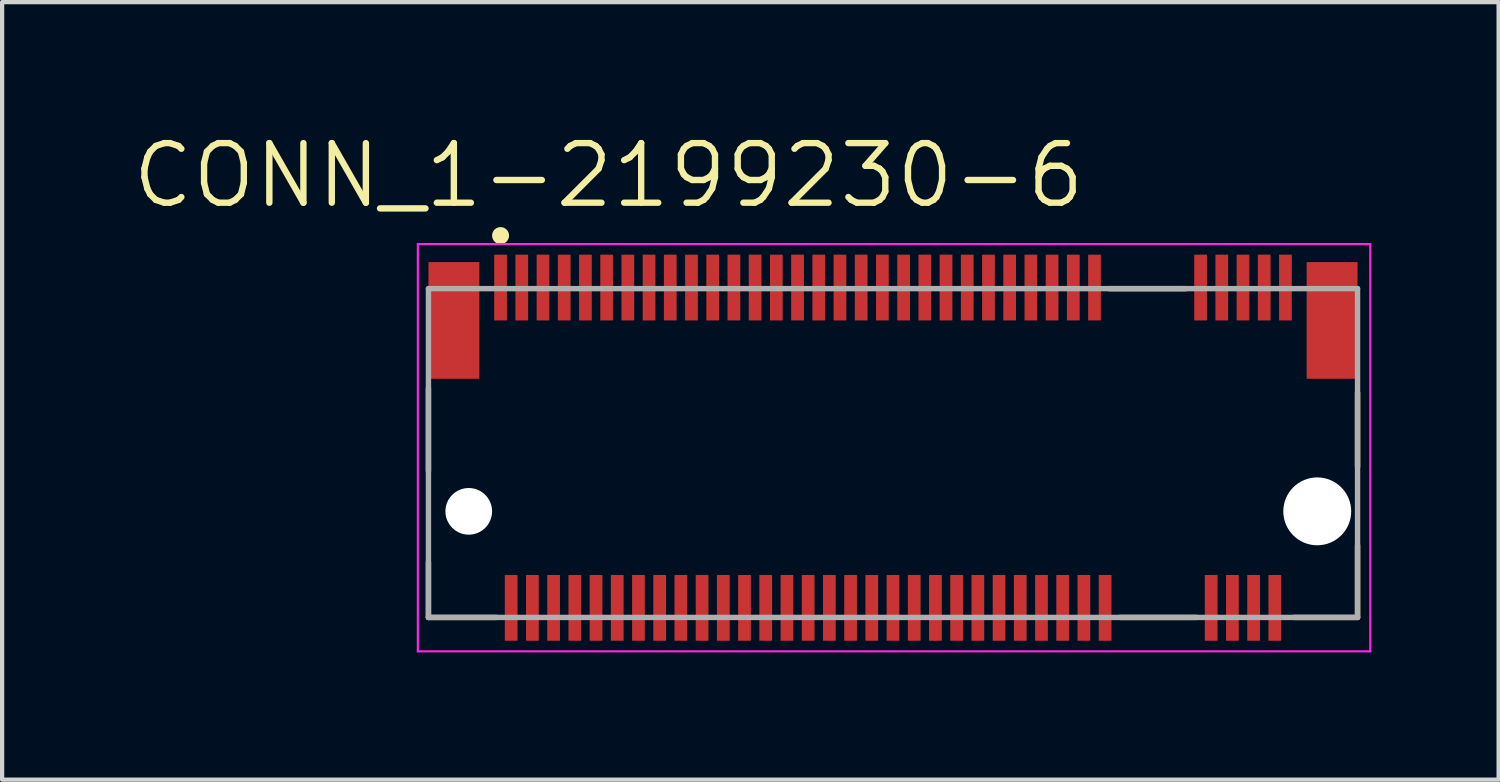
<source format=kicad_pcb>
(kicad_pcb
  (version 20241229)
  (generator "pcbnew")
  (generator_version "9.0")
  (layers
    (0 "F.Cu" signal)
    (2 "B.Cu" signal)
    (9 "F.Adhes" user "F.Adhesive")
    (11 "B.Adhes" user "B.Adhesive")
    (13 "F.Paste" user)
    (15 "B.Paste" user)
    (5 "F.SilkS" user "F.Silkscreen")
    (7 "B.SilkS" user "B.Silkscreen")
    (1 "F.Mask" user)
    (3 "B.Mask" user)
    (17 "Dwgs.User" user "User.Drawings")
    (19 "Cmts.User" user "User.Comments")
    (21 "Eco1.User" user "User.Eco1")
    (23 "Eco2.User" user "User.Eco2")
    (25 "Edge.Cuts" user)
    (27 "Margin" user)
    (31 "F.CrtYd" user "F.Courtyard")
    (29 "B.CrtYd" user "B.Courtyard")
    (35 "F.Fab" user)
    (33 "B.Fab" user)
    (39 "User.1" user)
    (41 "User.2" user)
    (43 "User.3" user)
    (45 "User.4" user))
  (footprint "CONN_1-2199230-6"
    (layer "F.Cu")
    (at 17.999 9.003)
    (property "Reference" "CONN_1-2199230-6" (at -6.705 -7.917 0) (layer "F.SilkS") (effects (font (size 1.405 1.405) (thickness 0.15))))
    (attr through_hole)
    (fp_line (start -10.95 -2.9) (end -10.95 -0.95) (stroke (width 0.127) (type solid)) (layer "F.SilkS"))
    (fp_line (start -10.95 1.2) (end -10.95 2.5) (stroke (width 0.127) (type solid)) (layer "F.SilkS"))
    (fp_line (start -10.95 2.5) (end -9.35 2.5) (stroke (width 0.127) (type solid)) (layer "F.SilkS"))
    (fp_line (start 5.1 -5.25) (end 6.9 -5.25) (stroke (width 0.127) (type solid)) (layer "F.SilkS"))
    (fp_line (start 5.35 2.5) (end 7.15 2.5) (stroke (width 0.127) (type solid)) (layer "F.SilkS"))
    (fp_line (start 9.45 2.5) (end 10.95 2.5) (stroke (width 0.127) (type solid)) (layer "F.SilkS"))
    (fp_line (start 10.95 -1.05) (end 10.95 -2.8) (stroke (width 0.127) (type solid)) (layer "F.SilkS"))
    (fp_line (start 10.95 2.5) (end 10.95 0.8) (stroke (width 0.127) (type solid)) (layer "F.SilkS"))
    (fp_circle (center -9.25 -6.5) (end -9.15 -6.5) (stroke (width 0.2) (type solid)) (fill no) (layer "F.SilkS"))
    (fp_line (start -11.2 -6.3) (end -11.2 3.3) (stroke (width 0.05) (type solid)) (layer "F.CrtYd"))
    (fp_line (start -11.2 3.3) (end 11.25 3.3) (stroke (width 0.05) (type solid)) (layer "F.CrtYd"))
    (fp_line (start 11.25 -6.3) (end -11.2 -6.3) (stroke (width 0.05) (type solid)) (layer "F.CrtYd"))
    (fp_line (start 11.25 3.3) (end 11.25 -6.3) (stroke (width 0.05) (type solid)) (layer "F.CrtYd"))
    (fp_line (start -10.95 -5.25) (end 10.95 -5.25) (stroke (width 0.127) (type solid)) (layer "F.Fab"))
    (fp_line (start -10.95 2.5) (end -10.95 -5.25) (stroke (width 0.127) (type solid)) (layer "F.Fab"))
    (fp_line (start 10.95 -5.25) (end 10.95 2.5) (stroke (width 0.127) (type solid)) (layer "F.Fab"))
    (fp_line (start 10.95 2.5) (end -10.95 2.5) (stroke (width 0.127) (type solid)) (layer "F.Fab"))
    (pad "" np_thru_hole circle (at -10 0) (size 1.1 1.1) (drill 1.1) (layers "*.Cu" "*.Mask"))
    (pad "" np_thru_hole circle (at 10 0) (size 1.6 1.6) (drill 1.6) (layers "*.Cu" "*.Mask"))
    (pad "1" smd rect (at -9.25 -5.275) (size 0.3 1.55) (layers "F.Cu" "F.Mask" "F.Paste"))
    (pad "2" smd rect (at -9 2.275) (size 0.3 1.55) (layers "F.Cu" "F.Mask" "F.Paste"))
    (pad "3" smd rect (at -8.75 -5.275) (size 0.3 1.55) (layers "F.Cu" "F.Mask" "F.Paste"))
    (pad "4" smd rect (at -8.5 2.275) (size 0.3 1.55) (layers "F.Cu" "F.Mask" "F.Paste"))
    (pad "5" smd rect (at -8.25 -5.275) (size 0.3 1.55) (layers "F.Cu" "F.Mask" "F.Paste"))
    (pad "6" smd rect (at -8 2.275) (size 0.3 1.55) (layers "F.Cu" "F.Mask" "F.Paste"))
    (pad "7" smd rect (at -7.75 -5.275) (size 0.3 1.55) (layers "F.Cu" "F.Mask" "F.Paste"))
    (pad "8" smd rect (at -7.5 2.275) (size 0.3 1.55) (layers "F.Cu" "F.Mask" "F.Paste"))
    (pad "9" smd rect (at -7.25 -5.275) (size 0.3 1.55) (layers "F.Cu" "F.Mask" "F.Paste"))
    (pad "10" smd rect (at -7 2.275) (size 0.3 1.55) (layers "F.Cu" "F.Mask" "F.Paste"))
    (pad "11" smd rect (at -6.75 -5.275) (size 0.3 1.55) (layers "F.Cu" "F.Mask" "F.Paste"))
    (pad "12" smd rect (at -6.5 2.275) (size 0.3 1.55) (layers "F.Cu" "F.Mask" "F.Paste"))
    (pad "13" smd rect (at -6.25 -5.275) (size 0.3 1.55) (layers "F.Cu" "F.Mask" "F.Paste"))
    (pad "14" smd rect (at -6 2.275) (size 0.3 1.55) (layers "F.Cu" "F.Mask" "F.Paste"))
    (pad "15" smd rect (at -5.75 -5.275) (size 0.3 1.55) (layers "F.Cu" "F.Mask" "F.Paste"))
    (pad "16" smd rect (at -5.5 2.275) (size 0.3 1.55) (layers "F.Cu" "F.Mask" "F.Paste"))
    (pad "17" smd rect (at -5.25 -5.275) (size 0.3 1.55) (layers "F.Cu" "F.Mask" "F.Paste"))
    (pad "18" smd rect (at -5 2.275) (size 0.3 1.55) (layers "F.Cu" "F.Mask" "F.Paste"))
    (pad "19" smd rect (at -4.75 -5.275) (size 0.3 1.55) (layers "F.Cu" "F.Mask" "F.Paste"))
    (pad "20" smd rect (at -4.5 2.275) (size 0.3 1.55) (layers "F.Cu" "F.Mask" "F.Paste"))
    (pad "21" smd rect (at -4.25 -5.275) (size 0.3 1.55) (layers "F.Cu" "F.Mask" "F.Paste"))
    (pad "22" smd rect (at -4 2.275) (size 0.3 1.55) (layers "F.Cu" "F.Mask" "F.Paste"))
    (pad "23" smd rect (at -3.75 -5.275) (size 0.3 1.55) (layers "F.Cu" "F.Mask" "F.Paste"))
    (pad "24" smd rect (at -3.5 2.275) (size 0.3 1.55) (layers "F.Cu" "F.Mask" "F.Paste"))
    (pad "25" smd rect (at -3.25 -5.275) (size 0.3 1.55) (layers "F.Cu" "F.Mask" "F.Paste"))
    (pad "26" smd rect (at -3 2.275) (size 0.3 1.55) (layers "F.Cu" "F.Mask" "F.Paste"))
    (pad "27" smd rect (at -2.75 -5.275) (size 0.3 1.55) (layers "F.Cu" "F.Mask" "F.Paste"))
    (pad "28" smd rect (at -2.5 2.275) (size 0.3 1.55) (layers "F.Cu" "F.Mask" "F.Paste"))
    (pad "29" smd rect (at -2.25 -5.275) (size 0.3 1.55) (layers "F.Cu" "F.Mask" "F.Paste"))
    (pad "30" smd rect (at -2 2.275) (size 0.3 1.55) (layers "F.Cu" "F.Mask" "F.Paste"))
    (pad "31" smd rect (at -1.75 -5.275) (size 0.3 1.55) (layers "F.Cu" "F.Mask" "F.Paste"))
    (pad "32" smd rect (at -1.5 2.275) (size 0.3 1.55) (layers "F.Cu" "F.Mask" "F.Paste"))
    (pad "33" smd rect (at -1.25 -5.275) (size 0.3 1.55) (layers "F.Cu" "F.Mask" "F.Paste"))
    (pad "34" smd rect (at -1 2.275) (size 0.3 1.55) (layers "F.Cu" "F.Mask" "F.Paste"))
    (pad "35" smd rect (at -0.75 -5.275) (size 0.3 1.55) (layers "F.Cu" "F.Mask" "F.Paste"))
    (pad "36" smd rect (at -0.5 2.275) (size 0.3 1.55) (layers "F.Cu" "F.Mask" "F.Paste"))
    (pad "37" smd rect (at -0.25 -5.275) (size 0.3 1.55) (layers "F.Cu" "F.Mask" "F.Paste"))
    (pad "38" smd rect (at 0 2.275) (size 0.3 1.55) (layers "F.Cu" "F.Mask" "F.Paste"))
    (pad "39" smd rect (at 0.25 -5.275) (size 0.3 1.55) (layers "F.Cu" "F.Mask" "F.Paste"))
    (pad "40" smd rect (at 0.5 2.275) (size 0.3 1.55) (layers "F.Cu" "F.Mask" "F.Paste"))
    (pad "41" smd rect (at 0.75 -5.275) (size 0.3 1.55) (layers "F.Cu" "F.Mask" "F.Paste"))
    (pad "42" smd rect (at 1 2.275) (size 0.3 1.55) (layers "F.Cu" "F.Mask" "F.Paste"))
    (pad "43" smd rect (at 1.25 -5.275) (size 0.3 1.55) (layers "F.Cu" "F.Mask" "F.Paste"))
    (pad "44" smd rect (at 1.5 2.275) (size 0.3 1.55) (layers "F.Cu" "F.Mask" "F.Paste"))
    (pad "45" smd rect (at 1.75 -5.275) (size 0.3 1.55) (layers "F.Cu" "F.Mask" "F.Paste"))
    (pad "46" smd rect (at 2 2.275) (size 0.3 1.55) (layers "F.Cu" "F.Mask" "F.Paste"))
    (pad "47" smd rect (at 2.25 -5.275) (size 0.3 1.55) (layers "F.Cu" "F.Mask" "F.Paste"))
    (pad "48" smd rect (at 2.5 2.275) (size 0.3 1.55) (layers "F.Cu" "F.Mask" "F.Paste"))
    (pad "49" smd rect (at 2.75 -5.275) (size 0.3 1.55) (layers "F.Cu" "F.Mask" "F.Paste"))
    (pad "50" smd rect (at 3 2.275) (size 0.3 1.55) (layers "F.Cu" "F.Mask" "F.Paste"))
    (pad "51" smd rect (at 3.25 -5.275) (size 0.3 1.55) (layers "F.Cu" "F.Mask" "F.Paste"))
    (pad "52" smd rect (at 3.5 2.275) (size 0.3 1.55) (layers "F.Cu" "F.Mask" "F.Paste"))
    (pad "53" smd rect (at 3.75 -5.275) (size 0.3 1.55) (layers "F.Cu" "F.Mask" "F.Paste"))
    (pad "54" smd rect (at 4 2.275) (size 0.3 1.55) (layers "F.Cu" "F.Mask" "F.Paste"))
    (pad "55" smd rect (at 4.25 -5.275) (size 0.3 1.55) (layers "F.Cu" "F.Mask" "F.Paste"))
    (pad "56" smd rect (at 4.5 2.275) (size 0.3 1.55) (layers "F.Cu" "F.Mask" "F.Paste"))
    (pad "57" smd rect (at 4.75 -5.275) (size 0.3 1.55) (layers "F.Cu" "F.Mask" "F.Paste"))
    (pad "58" smd rect (at 5 2.275) (size 0.3 1.55) (layers "F.Cu" "F.Mask" "F.Paste"))
    (pad "67" smd rect (at 7.25 -5.275) (size 0.3 1.55) (layers "F.Cu" "F.Mask" "F.Paste"))
    (pad "68" smd rect (at 7.5 2.275) (size 0.3 1.55) (layers "F.Cu" "F.Mask" "F.Paste"))
    (pad "69" smd rect (at 7.75 -5.275) (size 0.3 1.55) (layers "F.Cu" "F.Mask" "F.Paste"))
    (pad "70" smd rect (at 8 2.275) (size 0.3 1.55) (layers "F.Cu" "F.Mask" "F.Paste"))
    (pad "71" smd rect (at 8.25 -5.275) (size 0.3 1.55) (layers "F.Cu" "F.Mask" "F.Paste"))
    (pad "72" smd rect (at 8.5 2.275) (size 0.3 1.55) (layers "F.Cu" "F.Mask" "F.Paste"))
    (pad "73" smd rect (at 8.75 -5.275) (size 0.3 1.55) (layers "F.Cu" "F.Mask" "F.Paste"))
    (pad "74" smd rect (at 9 2.275) (size 0.3 1.55) (layers "F.Cu" "F.Mask" "F.Paste"))
    (pad "75" smd rect (at 9.25 -5.275) (size 0.3 1.55) (layers "F.Cu" "F.Mask" "F.Paste"))
    (pad "S1" smd rect (at -10.35 -4.5) (size 1.2 2.75) (layers "F.Cu" "F.Mask" "F.Paste"))
    (pad "S2" smd rect (at 10.35 -4.5) (size 1.2 2.75) (layers "F.Cu" "F.Mask" "F.Paste")))
  (gr_rect
    (start -3 -3)
    (end 32.274 15.328)
    (stroke (width 0.1) (type default))
    (fill no)
    (layer "Edge.Cuts")))
</source>
